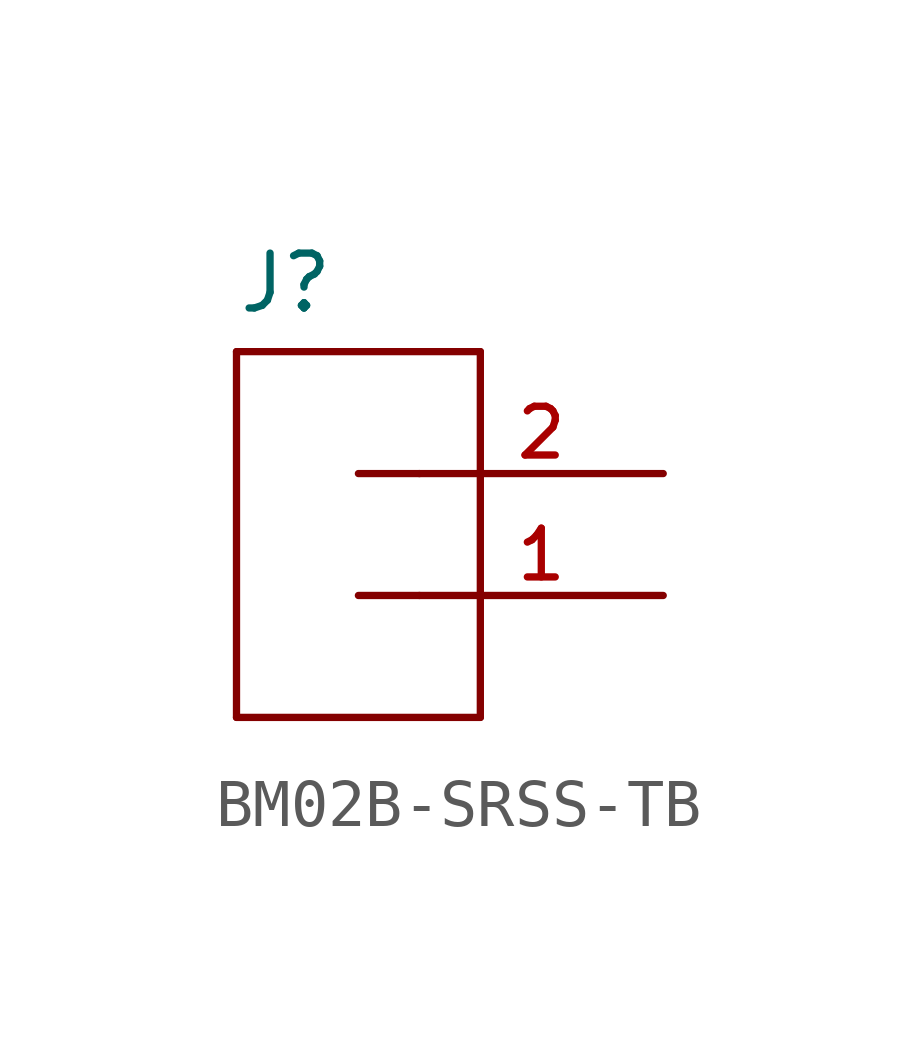
<source format=kicad_sym>
(kicad_symbol_lib
  (version 20231120)
  (generator "kicad_symbol_editor")
  (generator_version "8.0")
  (symbol "BM02B-SRSS-TB"
    (pin_names
      (offset 1.016) hide)
    (property "Reference" "J"
      (at -1.27 3.302 0)
      (effects (font (size 1.143 1.143)) (justify left bottom)))
    (symbol "BM02B-SRSS-TB_1_0"
      (polyline (pts (xy -1.27 2.54) (xy -1.27 -5.08)) (stroke (width 0) (type default)) (fill (type none)))
      (polyline (pts (xy -1.27 2.54) (xy 3.81 2.54)) (stroke (width 0) (type default)) (fill (type none)))
      (polyline (pts (xy 1.27 -2.54) (xy 2.54 -2.54)) (stroke (width 0) (type default)) (fill (type none)))
      (polyline (pts (xy 1.27 0) (xy 2.54 0)) (stroke (width 0) (type default)) (fill (type none)))
      (polyline (pts (xy 3.81 -5.08) (xy -1.27 -5.08)) (stroke (width 0) (type default)) (fill (type none)))
      (polyline (pts (xy 3.81 -5.08) (xy 3.81 2.54)) (stroke (width 0) (type default)) (fill (type none))))
    (symbol "BM02B-SRSS-TB_1_1"
      (pin passive line (at 7.62 -2.54 180) (length 5.08) (name "1" (effects (font (size 1.016 1.016)))) (number "1" (effects (font (size 1.016 1.016)))))
      (pin passive line (at 7.62 0 180) (length 5.08) (name "2" (effects (font (size 1.016 1.016)))) (number "2" (effects (font (size 1.016 1.016))))))))
</source>
